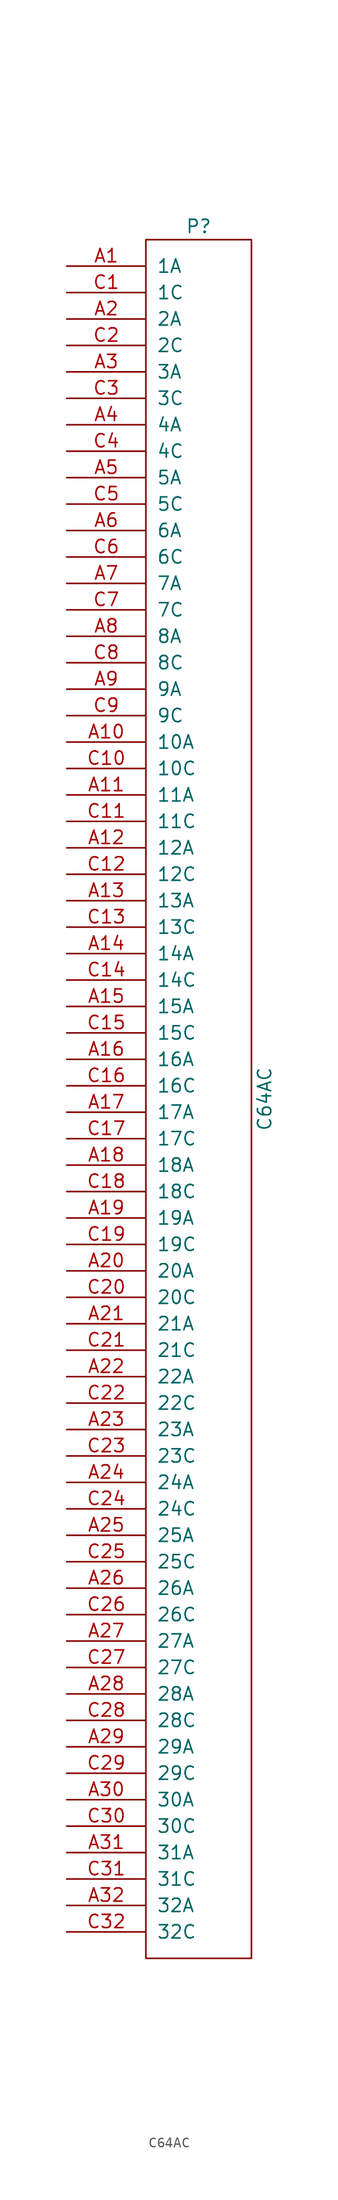
<source format=kicad_sym>
(kicad_symbol_lib
  (version 20211014)
  (generator kicad_symbol_editor)
  (symbol "C64AC"
    (pin_names
      (offset 1.016))
    (property "Reference" "P"
      (at 0 83.82 0)
      (effects (font (size 1.27 1.27))))
    (property "Value" "C64AC"
      (at 6.35 0 90)
      (effects (font (size 1.27 1.27))))
    (property "Footprint" ""
      (at 0 0 0)
      (effects (font (size 1.27 1.27))))
    (property "Datasheet" ""
      (at 0 0 0)
      (effects (font (size 1.27 1.27))))
    (symbol "C64AC_0_1"
      (rectangle (start -5.08 -82.55) (end 5.08 82.55) (stroke (width 0) (type default) (color 0 0 0 0)) (fill (type none))))
    (symbol "C64AC_1_1"
      (pin passive line (at -12.7 80.01 0) (length 7.62) (name "1A" (effects (font (size 1.27 1.27)))) (number "A1" (effects (font (size 1.27 1.27)))))
      (pin passive line (at -12.7 34.29 0) (length 7.62) (name "10A" (effects (font (size 1.27 1.27)))) (number "A10" (effects (font (size 1.27 1.27)))))
      (pin passive line (at -12.7 29.21 0) (length 7.62) (name "11A" (effects (font (size 1.27 1.27)))) (number "A11" (effects (font (size 1.27 1.27)))))
      (pin passive line (at -12.7 24.13 0) (length 7.62) (name "12A" (effects (font (size 1.27 1.27)))) (number "A12" (effects (font (size 1.27 1.27)))))
      (pin passive line (at -12.7 19.05 0) (length 7.62) (name "13A" (effects (font (size 1.27 1.27)))) (number "A13" (effects (font (size 1.27 1.27)))))
      (pin passive line (at -12.7 13.97 0) (length 7.62) (name "14A" (effects (font (size 1.27 1.27)))) (number "A14" (effects (font (size 1.27 1.27)))))
      (pin passive line (at -12.7 8.89 0) (length 7.62) (name "15A" (effects (font (size 1.27 1.27)))) (number "A15" (effects (font (size 1.27 1.27)))))
      (pin passive line (at -12.7 3.81 0) (length 7.62) (name "16A" (effects (font (size 1.27 1.27)))) (number "A16" (effects (font (size 1.27 1.27)))))
      (pin passive line (at -12.7 -1.27 0) (length 7.62) (name "17A" (effects (font (size 1.27 1.27)))) (number "A17" (effects (font (size 1.27 1.27)))))
      (pin passive line (at -12.7 -6.35 0) (length 7.62) (name "18A" (effects (font (size 1.27 1.27)))) (number "A18" (effects (font (size 1.27 1.27)))))
      (pin passive line (at -12.7 -11.43 0) (length 7.62) (name "19A" (effects (font (size 1.27 1.27)))) (number "A19" (effects (font (size 1.27 1.27)))))
      (pin passive line (at -12.7 74.93 0) (length 7.62) (name "2A" (effects (font (size 1.27 1.27)))) (number "A2" (effects (font (size 1.27 1.27)))))
      (pin passive line (at -12.7 -16.51 0) (length 7.62) (name "20A" (effects (font (size 1.27 1.27)))) (number "A20" (effects (font (size 1.27 1.27)))))
      (pin passive line (at -12.7 -21.59 0) (length 7.62) (name "21A" (effects (font (size 1.27 1.27)))) (number "A21" (effects (font (size 1.27 1.27)))))
      (pin passive line (at -12.7 -26.67 0) (length 7.62) (name "22A" (effects (font (size 1.27 1.27)))) (number "A22" (effects (font (size 1.27 1.27)))))
      (pin passive line (at -12.7 -31.75 0) (length 7.62) (name "23A" (effects (font (size 1.27 1.27)))) (number "A23" (effects (font (size 1.27 1.27)))))
      (pin passive line (at -12.7 -36.83 0) (length 7.62) (name "24A" (effects (font (size 1.27 1.27)))) (number "A24" (effects (font (size 1.27 1.27)))))
      (pin passive line (at -12.7 -41.91 0) (length 7.62) (name "25A" (effects (font (size 1.27 1.27)))) (number "A25" (effects (font (size 1.27 1.27)))))
      (pin passive line (at -12.7 -46.99 0) (length 7.62) (name "26A" (effects (font (size 1.27 1.27)))) (number "A26" (effects (font (size 1.27 1.27)))))
      (pin passive line (at -12.7 -52.07 0) (length 7.62) (name "27A" (effects (font (size 1.27 1.27)))) (number "A27" (effects (font (size 1.27 1.27)))))
      (pin passive line (at -12.7 -57.15 0) (length 7.62) (name "28A" (effects (font (size 1.27 1.27)))) (number "A28" (effects (font (size 1.27 1.27)))))
      (pin passive line (at -12.7 -62.23 0) (length 7.62) (name "29A" (effects (font (size 1.27 1.27)))) (number "A29" (effects (font (size 1.27 1.27)))))
      (pin passive line (at -12.7 69.85 0) (length 7.62) (name "3A" (effects (font (size 1.27 1.27)))) (number "A3" (effects (font (size 1.27 1.27)))))
      (pin passive line (at -12.7 -67.31 0) (length 7.62) (name "30A" (effects (font (size 1.27 1.27)))) (number "A30" (effects (font (size 1.27 1.27)))))
      (pin passive line (at -12.7 -72.39 0) (length 7.62) (name "31A" (effects (font (size 1.27 1.27)))) (number "A31" (effects (font (size 1.27 1.27)))))
      (pin passive line (at -12.7 -77.47 0) (length 7.62) (name "32A" (effects (font (size 1.27 1.27)))) (number "A32" (effects (font (size 1.27 1.27)))))
      (pin passive line (at -12.7 64.77 0) (length 7.62) (name "4A" (effects (font (size 1.27 1.27)))) (number "A4" (effects (font (size 1.27 1.27)))))
      (pin passive line (at -12.7 59.69 0) (length 7.62) (name "5A" (effects (font (size 1.27 1.27)))) (number "A5" (effects (font (size 1.27 1.27)))))
      (pin passive line (at -12.7 54.61 0) (length 7.62) (name "6A" (effects (font (size 1.27 1.27)))) (number "A6" (effects (font (size 1.27 1.27)))))
      (pin passive line (at -12.7 49.53 0) (length 7.62) (name "7A" (effects (font (size 1.27 1.27)))) (number "A7" (effects (font (size 1.27 1.27)))))
      (pin passive line (at -12.7 44.45 0) (length 7.62) (name "8A" (effects (font (size 1.27 1.27)))) (number "A8" (effects (font (size 1.27 1.27)))))
      (pin passive line (at -12.7 39.37 0) (length 7.62) (name "9A" (effects (font (size 1.27 1.27)))) (number "A9" (effects (font (size 1.27 1.27)))))
      (pin passive line (at -12.7 77.47 0) (length 7.62) (name "1C" (effects (font (size 1.27 1.27)))) (number "C1" (effects (font (size 1.27 1.27)))))
      (pin passive line (at -12.7 31.75 0) (length 7.62) (name "10C" (effects (font (size 1.27 1.27)))) (number "C10" (effects (font (size 1.27 1.27)))))
      (pin passive line (at -12.7 26.67 0) (length 7.62) (name "11C" (effects (font (size 1.27 1.27)))) (number "C11" (effects (font (size 1.27 1.27)))))
      (pin passive line (at -12.7 21.59 0) (length 7.62) (name "12C" (effects (font (size 1.27 1.27)))) (number "C12" (effects (font (size 1.27 1.27)))))
      (pin passive line (at -12.7 16.51 0) (length 7.62) (name "13C" (effects (font (size 1.27 1.27)))) (number "C13" (effects (font (size 1.27 1.27)))))
      (pin passive line (at -12.7 11.43 0) (length 7.62) (name "14C" (effects (font (size 1.27 1.27)))) (number "C14" (effects (font (size 1.27 1.27)))))
      (pin passive line (at -12.7 6.35 0) (length 7.62) (name "15C" (effects (font (size 1.27 1.27)))) (number "C15" (effects (font (size 1.27 1.27)))))
      (pin passive line (at -12.7 1.27 0) (length 7.62) (name "16C" (effects (font (size 1.27 1.27)))) (number "C16" (effects (font (size 1.27 1.27)))))
      (pin passive line (at -12.7 -3.81 0) (length 7.62) (name "17C" (effects (font (size 1.27 1.27)))) (number "C17" (effects (font (size 1.27 1.27)))))
      (pin passive line (at -12.7 -8.89 0) (length 7.62) (name "18C" (effects (font (size 1.27 1.27)))) (number "C18" (effects (font (size 1.27 1.27)))))
      (pin passive line (at -12.7 -13.97 0) (length 7.62) (name "19C" (effects (font (size 1.27 1.27)))) (number "C19" (effects (font (size 1.27 1.27)))))
      (pin passive line (at -12.7 72.39 0) (length 7.62) (name "2C" (effects (font (size 1.27 1.27)))) (number "C2" (effects (font (size 1.27 1.27)))))
      (pin passive line (at -12.7 -19.05 0) (length 7.62) (name "20C" (effects (font (size 1.27 1.27)))) (number "C20" (effects (font (size 1.27 1.27)))))
      (pin passive line (at -12.7 -24.13 0) (length 7.62) (name "21C" (effects (font (size 1.27 1.27)))) (number "C21" (effects (font (size 1.27 1.27)))))
      (pin passive line (at -12.7 -29.21 0) (length 7.62) (name "22C" (effects (font (size 1.27 1.27)))) (number "C22" (effects (font (size 1.27 1.27)))))
      (pin passive line (at -12.7 -34.29 0) (length 7.62) (name "23C" (effects (font (size 1.27 1.27)))) (number "C23" (effects (font (size 1.27 1.27)))))
      (pin passive line (at -12.7 -39.37 0) (length 7.62) (name "24C" (effects (font (size 1.27 1.27)))) (number "C24" (effects (font (size 1.27 1.27)))))
      (pin passive line (at -12.7 -44.45 0) (length 7.62) (name "25C" (effects (font (size 1.27 1.27)))) (number "C25" (effects (font (size 1.27 1.27)))))
      (pin passive line (at -12.7 -49.53 0) (length 7.62) (name "26C" (effects (font (size 1.27 1.27)))) (number "C26" (effects (font (size 1.27 1.27)))))
      (pin passive line (at -12.7 -54.61 0) (length 7.62) (name "27C" (effects (font (size 1.27 1.27)))) (number "C27" (effects (font (size 1.27 1.27)))))
      (pin passive line (at -12.7 -59.69 0) (length 7.62) (name "28C" (effects (font (size 1.27 1.27)))) (number "C28" (effects (font (size 1.27 1.27)))))
      (pin passive line (at -12.7 -64.77 0) (length 7.62) (name "29C" (effects (font (size 1.27 1.27)))) (number "C29" (effects (font (size 1.27 1.27)))))
      (pin passive line (at -12.7 67.31 0) (length 7.62) (name "3C" (effects (font (size 1.27 1.27)))) (number "C3" (effects (font (size 1.27 1.27)))))
      (pin passive line (at -12.7 -69.85 0) (length 7.62) (name "30C" (effects (font (size 1.27 1.27)))) (number "C30" (effects (font (size 1.27 1.27)))))
      (pin passive line (at -12.7 -74.93 0) (length 7.62) (name "31C" (effects (font (size 1.27 1.27)))) (number "C31" (effects (font (size 1.27 1.27)))))
      (pin passive line (at -12.7 -80.01 0) (length 7.62) (name "32C" (effects (font (size 1.27 1.27)))) (number "C32" (effects (font (size 1.27 1.27)))))
      (pin passive line (at -12.7 62.23 0) (length 7.62) (name "4C" (effects (font (size 1.27 1.27)))) (number "C4" (effects (font (size 1.27 1.27)))))
      (pin passive line (at -12.7 57.15 0) (length 7.62) (name "5C" (effects (font (size 1.27 1.27)))) (number "C5" (effects (font (size 1.27 1.27)))))
      (pin passive line (at -12.7 52.07 0) (length 7.62) (name "6C" (effects (font (size 1.27 1.27)))) (number "C6" (effects (font (size 1.27 1.27)))))
      (pin passive line (at -12.7 46.99 0) (length 7.62) (name "7C" (effects (font (size 1.27 1.27)))) (number "C7" (effects (font (size 1.27 1.27)))))
      (pin passive line (at -12.7 41.91 0) (length 7.62) (name "8C" (effects (font (size 1.27 1.27)))) (number "C8" (effects (font (size 1.27 1.27)))))
      (pin passive line (at -12.7 36.83 0) (length 7.62) (name "9C" (effects (font (size 1.27 1.27)))) (number "C9" (effects (font (size 1.27 1.27))))))))
</source>
